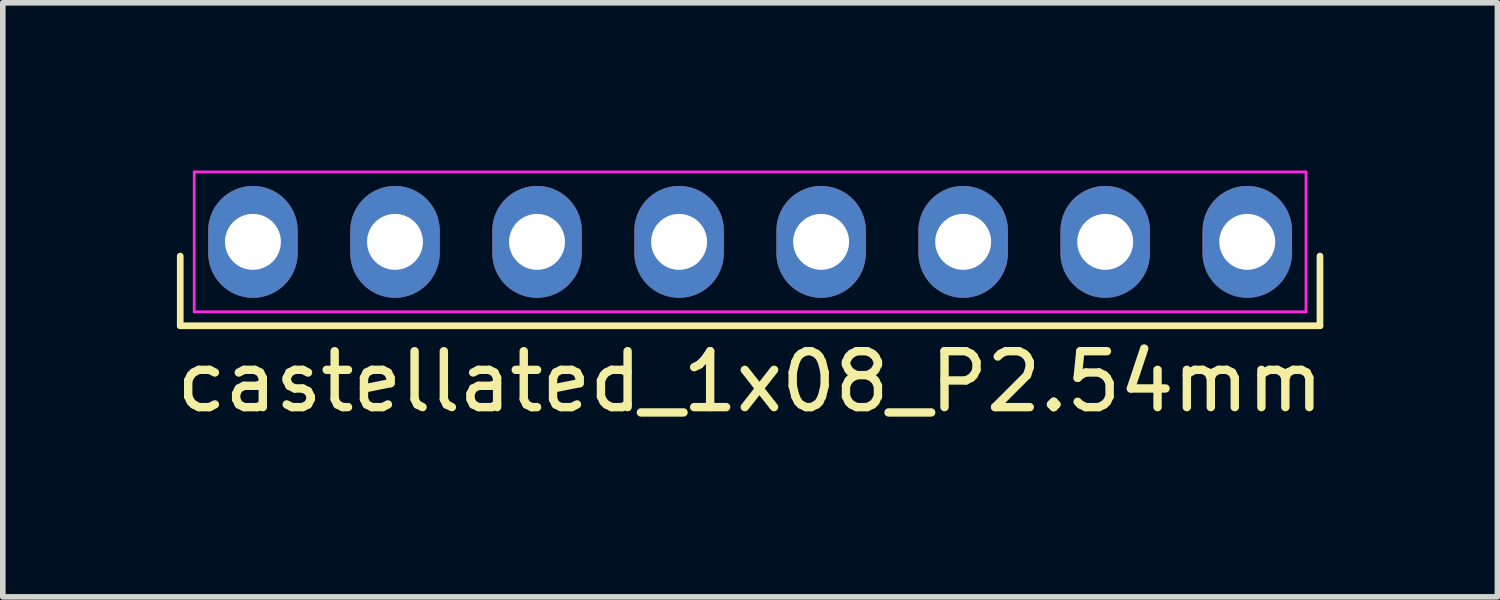
<source format=kicad_pcb>
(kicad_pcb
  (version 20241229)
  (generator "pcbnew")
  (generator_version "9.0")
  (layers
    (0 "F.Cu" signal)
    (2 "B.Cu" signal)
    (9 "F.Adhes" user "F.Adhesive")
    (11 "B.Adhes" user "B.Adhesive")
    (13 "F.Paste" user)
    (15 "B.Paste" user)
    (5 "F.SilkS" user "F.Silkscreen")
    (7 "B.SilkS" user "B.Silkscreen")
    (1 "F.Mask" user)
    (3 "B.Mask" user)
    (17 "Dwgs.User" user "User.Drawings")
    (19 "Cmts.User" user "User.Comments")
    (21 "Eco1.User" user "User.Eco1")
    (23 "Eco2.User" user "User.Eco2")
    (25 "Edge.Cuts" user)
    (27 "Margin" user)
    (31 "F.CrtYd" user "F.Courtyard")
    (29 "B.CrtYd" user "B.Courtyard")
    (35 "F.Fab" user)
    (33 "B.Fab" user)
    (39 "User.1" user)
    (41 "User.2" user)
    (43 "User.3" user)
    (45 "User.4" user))
  (footprint "castellated_1x08_P2.54mm"
    (layer "F.Cu")
    (at 10.363 1.275)
    (property "Reference" "castellated_1x08_P2.54mm" (at 0 2.5 0) (layer "F.SilkS") (effects (font (size 1 1) (thickness 0.15))))
    (attr through_hole exclude_from_bom dnp)
    (fp_line (start -10.19 1.5) (end -10.19 0.254) (stroke (width 0.12) (type default)) (layer "F.SilkS"))
    (fp_line (start 10.19 0.254) (end 10.19 1.5) (stroke (width 0.12) (type default)) (layer "F.SilkS"))
    (fp_line (start 10.19 1.5) (end -10.19 1.5) (stroke (width 0.12) (type default)) (layer "F.SilkS"))
    (fp_line (start -9.94 -1.25) (end 9.94 -1.25) (stroke (width 0.05) (type default)) (layer "F.CrtYd"))
    (fp_line (start -9.94 1.25) (end -9.94 -1.25) (stroke (width 0.05) (type default)) (layer "F.CrtYd"))
    (fp_line (start 9.94 -1.25) (end 9.94 1.25) (stroke (width 0.05) (type default)) (layer "F.CrtYd"))
    (fp_line (start 9.94 1.25) (end -9.94 1.25) (stroke (width 0.05) (type default)) (layer "F.CrtYd"))
    (pad "1" thru_hole oval (at -8.89 0) (size 1.6 2) (drill 1) (layers "*.Cu" "*.Mask"))
    (pad "2" thru_hole oval (at -6.35 0) (size 1.6 2) (drill 1) (layers "*.Cu" "*.Mask"))
    (pad "3" thru_hole oval (at -3.81 0) (size 1.6 2) (drill 1) (layers "*.Cu" "*.Mask"))
    (pad "4" thru_hole oval (at -1.27 0) (size 1.6 2) (drill 1) (layers "*.Cu" "*.Mask"))
    (pad "5" thru_hole oval (at 1.27 0) (size 1.6 2) (drill 1) (layers "*.Cu" "*.Mask"))
    (pad "6" thru_hole oval (at 3.81 0) (size 1.6 2) (drill 1) (layers "*.Cu" "*.Mask"))
    (pad "7" thru_hole oval (at 6.35 0) (size 1.6 2) (drill 1) (layers "*.Cu" "*.Mask"))
    (pad "8" thru_hole oval (at 8.89 0) (size 1.6 2) (drill 1) (layers "*.Cu" "*.Mask")))
  (gr_rect
    (start -3 -3)
    (end 23.726 7.623)
    (stroke (width 0.1) (type default))
    (fill no)
    (layer "Edge.Cuts")))
</source>
